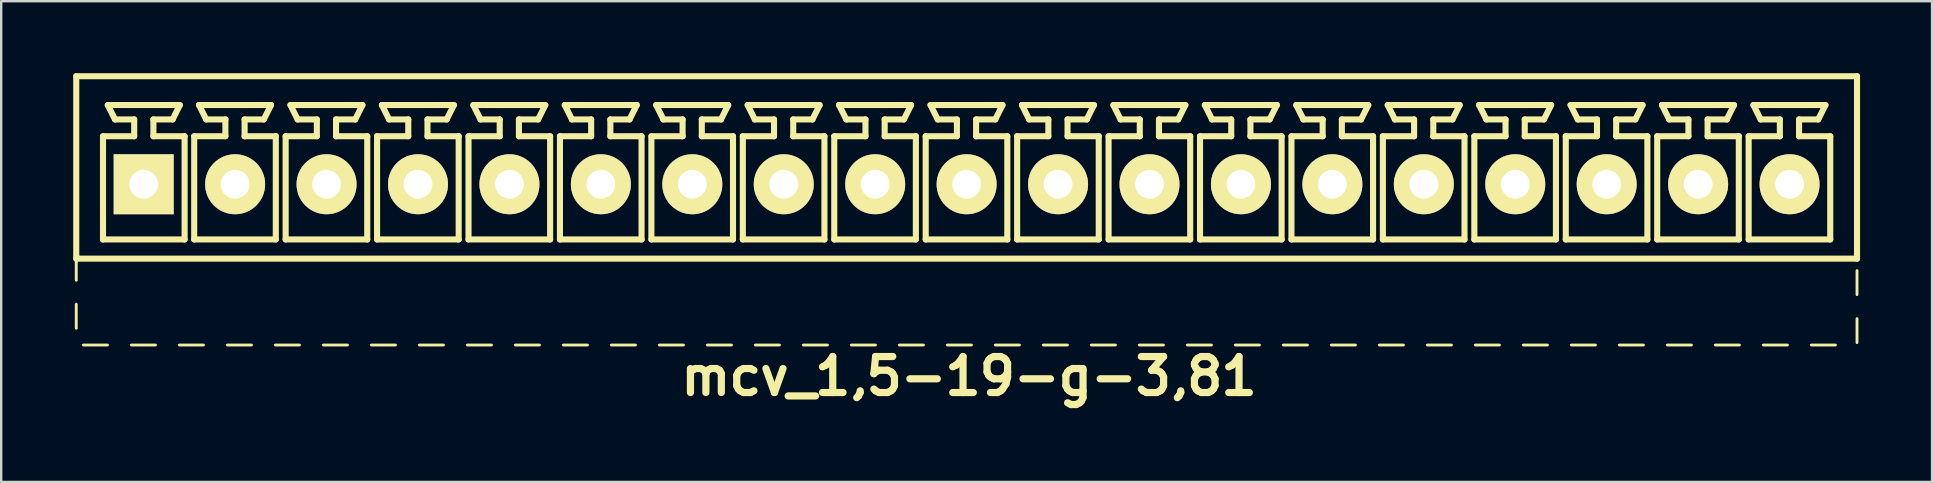
<source format=kicad_pcb>
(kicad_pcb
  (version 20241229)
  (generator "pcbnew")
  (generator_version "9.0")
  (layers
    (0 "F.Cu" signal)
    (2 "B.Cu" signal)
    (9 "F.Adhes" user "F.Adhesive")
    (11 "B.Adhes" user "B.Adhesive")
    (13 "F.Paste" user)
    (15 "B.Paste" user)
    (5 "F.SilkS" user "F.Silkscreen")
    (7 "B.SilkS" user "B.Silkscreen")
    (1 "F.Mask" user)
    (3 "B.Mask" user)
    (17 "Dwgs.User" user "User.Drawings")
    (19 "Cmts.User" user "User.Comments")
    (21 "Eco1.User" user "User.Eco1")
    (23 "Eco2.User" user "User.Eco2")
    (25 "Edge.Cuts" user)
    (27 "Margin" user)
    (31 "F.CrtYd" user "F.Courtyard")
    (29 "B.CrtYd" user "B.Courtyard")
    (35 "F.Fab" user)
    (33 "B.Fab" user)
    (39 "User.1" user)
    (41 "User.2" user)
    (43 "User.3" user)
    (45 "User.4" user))
  (footprint "mcv_1,5-19-g-3,81"
    (layer "F.Cu")
    (at 37.227 4.627)
    (property "Reference" "mcv_1,5-19-g-3,81" (at 0.1 8 0) (layer "F.SilkS") (effects (font (size 1.5 1.5) (thickness 0.3))))
    (attr through_hole)
    (fp_line (start -37.1 -4.5) (end -37.1 3.1) (stroke (width 0.254) (type solid)) (layer "F.SilkS"))
    (fp_line (start -37.1 -4.5) (end 37.1 -4.5) (stroke (width 0.254) (type solid)) (layer "F.SilkS"))
    (fp_line (start -37.1 3.1) (end -37.1 4) (stroke (width 0.12) (type solid)) (layer "F.SilkS"))
    (fp_line (start -37.1 3.1) (end 37.1 3.1) (stroke (width 0.254) (type solid)) (layer "F.SilkS"))
    (fp_line (start -37.1 5) (end -37.1 6) (stroke (width 0.12) (type solid)) (layer "F.SilkS"))
    (fp_line (start -36.8 6.7) (end -35.8 6.7) (stroke (width 0.12) (type solid)) (layer "F.SilkS"))
    (fp_line (start -35.985 -2) (end -34.685 -2) (stroke (width 0.254) (type solid)) (layer "F.SilkS"))
    (fp_line (start -35.985 2.3) (end -35.985 -2) (stroke (width 0.254) (type solid)) (layer "F.SilkS"))
    (fp_line (start -35.785 -3.3) (end -32.785 -3.3) (stroke (width 0.254) (type solid)) (layer "F.SilkS"))
    (fp_line (start -35.485 -2.7) (end -35.785 -3.3) (stroke (width 0.254) (type solid)) (layer "F.SilkS"))
    (fp_line (start -34.8 6.7) (end -33.8 6.7) (stroke (width 0.12) (type solid)) (layer "F.SilkS"))
    (fp_line (start -34.685 -2.7) (end -35.485 -2.7) (stroke (width 0.254) (type solid)) (layer "F.SilkS"))
    (fp_line (start -34.685 -2) (end -34.685 -2.7) (stroke (width 0.254) (type solid)) (layer "F.SilkS"))
    (fp_line (start -33.885 -2.7) (end -33.885 -2) (stroke (width 0.254) (type solid)) (layer "F.SilkS"))
    (fp_line (start -33.885 -2) (end -32.585 -2) (stroke (width 0.254) (type solid)) (layer "F.SilkS"))
    (fp_line (start -33.085 -2.7) (end -33.885 -2.7) (stroke (width 0.254) (type solid)) (layer "F.SilkS"))
    (fp_line (start -33.085 -2.7) (end -32.785 -3.3) (stroke (width 0.254) (type solid)) (layer "F.SilkS"))
    (fp_line (start -32.8 6.7) (end -31.8 6.7) (stroke (width 0.12) (type solid)) (layer "F.SilkS"))
    (fp_line (start -32.585 -2) (end -32.585 2.3) (stroke (width 0.254) (type solid)) (layer "F.SilkS"))
    (fp_line (start -32.585 2.3) (end -35.985 2.3) (stroke (width 0.254) (type solid)) (layer "F.SilkS"))
    (fp_line (start -32.185 -2) (end -30.885 -2) (stroke (width 0.254) (type solid)) (layer "F.SilkS"))
    (fp_line (start -32.185 2.3) (end -32.185 -2) (stroke (width 0.254) (type solid)) (layer "F.SilkS"))
    (fp_line (start -31.985 -3.3) (end -28.985 -3.3) (stroke (width 0.254) (type solid)) (layer "F.SilkS"))
    (fp_line (start -31.685 -2.7) (end -31.985 -3.3) (stroke (width 0.254) (type solid)) (layer "F.SilkS"))
    (fp_line (start -30.885 -2.7) (end -31.685 -2.7) (stroke (width 0.254) (type solid)) (layer "F.SilkS"))
    (fp_line (start -30.885 -2) (end -30.885 -2.7) (stroke (width 0.254) (type solid)) (layer "F.SilkS"))
    (fp_line (start -30.8 6.7) (end -29.8 6.7) (stroke (width 0.12) (type solid)) (layer "F.SilkS"))
    (fp_line (start -30.085 -2.7) (end -30.085 -2) (stroke (width 0.254) (type solid)) (layer "F.SilkS"))
    (fp_line (start -30.085 -2) (end -28.785 -2) (stroke (width 0.254) (type solid)) (layer "F.SilkS"))
    (fp_line (start -29.285 -2.7) (end -30.085 -2.7) (stroke (width 0.254) (type solid)) (layer "F.SilkS"))
    (fp_line (start -29.285 -2.7) (end -28.985 -3.3) (stroke (width 0.254) (type solid)) (layer "F.SilkS"))
    (fp_line (start -28.8 6.7) (end -27.8 6.7) (stroke (width 0.12) (type solid)) (layer "F.SilkS"))
    (fp_line (start -28.785 -2) (end -28.785 2.3) (stroke (width 0.254) (type solid)) (layer "F.SilkS"))
    (fp_line (start -28.785 2.3) (end -32.185 2.3) (stroke (width 0.254) (type solid)) (layer "F.SilkS"))
    (fp_line (start -28.375 -2) (end -27.075 -2) (stroke (width 0.254) (type solid)) (layer "F.SilkS"))
    (fp_line (start -28.375 2.3) (end -28.375 -2) (stroke (width 0.254) (type solid)) (layer "F.SilkS"))
    (fp_line (start -28.175 -3.3) (end -25.175 -3.3) (stroke (width 0.254) (type solid)) (layer "F.SilkS"))
    (fp_line (start -27.875 -2.7) (end -28.175 -3.3) (stroke (width 0.254) (type solid)) (layer "F.SilkS"))
    (fp_line (start -27.075 -2.7) (end -27.875 -2.7) (stroke (width 0.254) (type solid)) (layer "F.SilkS"))
    (fp_line (start -27.075 -2) (end -27.075 -2.7) (stroke (width 0.254) (type solid)) (layer "F.SilkS"))
    (fp_line (start -26.8 6.7) (end -25.8 6.7) (stroke (width 0.12) (type solid)) (layer "F.SilkS"))
    (fp_line (start -26.275 -2.7) (end -26.275 -2) (stroke (width 0.254) (type solid)) (layer "F.SilkS"))
    (fp_line (start -26.275 -2) (end -24.975 -2) (stroke (width 0.254) (type solid)) (layer "F.SilkS"))
    (fp_line (start -25.475 -2.7) (end -26.275 -2.7) (stroke (width 0.254) (type solid)) (layer "F.SilkS"))
    (fp_line (start -25.475 -2.7) (end -25.175 -3.3) (stroke (width 0.254) (type solid)) (layer "F.SilkS"))
    (fp_line (start -24.975 -2) (end -24.975 2.3) (stroke (width 0.254) (type solid)) (layer "F.SilkS"))
    (fp_line (start -24.975 2.3) (end -28.375 2.3) (stroke (width 0.254) (type solid)) (layer "F.SilkS"))
    (fp_line (start -24.8 6.7) (end -23.8 6.7) (stroke (width 0.12) (type solid)) (layer "F.SilkS"))
    (fp_line (start -24.565 -2) (end -23.265 -2) (stroke (width 0.254) (type solid)) (layer "F.SilkS"))
    (fp_line (start -24.565 2.3) (end -24.565 -2) (stroke (width 0.254) (type solid)) (layer "F.SilkS"))
    (fp_line (start -24.365 -3.3) (end -21.365 -3.3) (stroke (width 0.254) (type solid)) (layer "F.SilkS"))
    (fp_line (start -24.065 -2.7) (end -24.365 -3.3) (stroke (width 0.254) (type solid)) (layer "F.SilkS"))
    (fp_line (start -23.265 -2.7) (end -24.065 -2.7) (stroke (width 0.254) (type solid)) (layer "F.SilkS"))
    (fp_line (start -23.265 -2) (end -23.265 -2.7) (stroke (width 0.254) (type solid)) (layer "F.SilkS"))
    (fp_line (start -22.8 6.7) (end -21.8 6.7) (stroke (width 0.12) (type solid)) (layer "F.SilkS"))
    (fp_line (start -22.465 -2.7) (end -22.465 -2) (stroke (width 0.254) (type solid)) (layer "F.SilkS"))
    (fp_line (start -22.465 -2) (end -21.165 -2) (stroke (width 0.254) (type solid)) (layer "F.SilkS"))
    (fp_line (start -21.665 -2.7) (end -22.465 -2.7) (stroke (width 0.254) (type solid)) (layer "F.SilkS"))
    (fp_line (start -21.665 -2.7) (end -21.365 -3.3) (stroke (width 0.254) (type solid)) (layer "F.SilkS"))
    (fp_line (start -21.165 -2) (end -21.165 2.3) (stroke (width 0.254) (type solid)) (layer "F.SilkS"))
    (fp_line (start -21.165 2.3) (end -24.565 2.3) (stroke (width 0.254) (type solid)) (layer "F.SilkS"))
    (fp_line (start -20.8 6.7) (end -19.8 6.7) (stroke (width 0.12) (type solid)) (layer "F.SilkS"))
    (fp_line (start -20.755 -2) (end -19.455 -2) (stroke (width 0.254) (type solid)) (layer "F.SilkS"))
    (fp_line (start -20.755 2.3) (end -20.755 -2) (stroke (width 0.254) (type solid)) (layer "F.SilkS"))
    (fp_line (start -20.555 -3.3) (end -17.555 -3.3) (stroke (width 0.254) (type solid)) (layer "F.SilkS"))
    (fp_line (start -20.255 -2.7) (end -20.555 -3.3) (stroke (width 0.254) (type solid)) (layer "F.SilkS"))
    (fp_line (start -19.455 -2.7) (end -20.255 -2.7) (stroke (width 0.254) (type solid)) (layer "F.SilkS"))
    (fp_line (start -19.455 -2) (end -19.455 -2.7) (stroke (width 0.254) (type solid)) (layer "F.SilkS"))
    (fp_line (start -18.8 6.7) (end -17.8 6.7) (stroke (width 0.12) (type solid)) (layer "F.SilkS"))
    (fp_line (start -18.655 -2.7) (end -18.655 -2) (stroke (width 0.254) (type solid)) (layer "F.SilkS"))
    (fp_line (start -18.655 -2) (end -17.355 -2) (stroke (width 0.254) (type solid)) (layer "F.SilkS"))
    (fp_line (start -17.855 -2.7) (end -18.655 -2.7) (stroke (width 0.254) (type solid)) (layer "F.SilkS"))
    (fp_line (start -17.855 -2.7) (end -17.555 -3.3) (stroke (width 0.254) (type solid)) (layer "F.SilkS"))
    (fp_line (start -17.355 -2) (end -17.355 2.3) (stroke (width 0.254) (type solid)) (layer "F.SilkS"))
    (fp_line (start -17.355 2.3) (end -20.755 2.3) (stroke (width 0.254) (type solid)) (layer "F.SilkS"))
    (fp_line (start -16.945 -2) (end -15.645 -2) (stroke (width 0.254) (type solid)) (layer "F.SilkS"))
    (fp_line (start -16.945 2.3) (end -16.945 -2) (stroke (width 0.254) (type solid)) (layer "F.SilkS"))
    (fp_line (start -16.8 6.7) (end -15.8 6.7) (stroke (width 0.12) (type solid)) (layer "F.SilkS"))
    (fp_line (start -16.745 -3.3) (end -13.745 -3.3) (stroke (width 0.254) (type solid)) (layer "F.SilkS"))
    (fp_line (start -16.445 -2.7) (end -16.745 -3.3) (stroke (width 0.254) (type solid)) (layer "F.SilkS"))
    (fp_line (start -15.645 -2.7) (end -16.445 -2.7) (stroke (width 0.254) (type solid)) (layer "F.SilkS"))
    (fp_line (start -15.645 -2) (end -15.645 -2.7) (stroke (width 0.254) (type solid)) (layer "F.SilkS"))
    (fp_line (start -14.845 -2.7) (end -14.845 -2) (stroke (width 0.254) (type solid)) (layer "F.SilkS"))
    (fp_line (start -14.845 -2) (end -13.545 -2) (stroke (width 0.254) (type solid)) (layer "F.SilkS"))
    (fp_line (start -14.8 6.7) (end -13.8 6.7) (stroke (width 0.12) (type solid)) (layer "F.SilkS"))
    (fp_line (start -14.045 -2.7) (end -14.845 -2.7) (stroke (width 0.254) (type solid)) (layer "F.SilkS"))
    (fp_line (start -14.045 -2.7) (end -13.745 -3.3) (stroke (width 0.254) (type solid)) (layer "F.SilkS"))
    (fp_line (start -13.545 -2) (end -13.545 2.3) (stroke (width 0.254) (type solid)) (layer "F.SilkS"))
    (fp_line (start -13.545 2.3) (end -16.945 2.3) (stroke (width 0.254) (type solid)) (layer "F.SilkS"))
    (fp_line (start -13.135 -2) (end -11.835 -2) (stroke (width 0.254) (type solid)) (layer "F.SilkS"))
    (fp_line (start -13.135 2.3) (end -13.135 -2) (stroke (width 0.254) (type solid)) (layer "F.SilkS"))
    (fp_line (start -12.935 -3.3) (end -9.935 -3.3) (stroke (width 0.254) (type solid)) (layer "F.SilkS"))
    (fp_line (start -12.8 6.7) (end -11.8 6.7) (stroke (width 0.12) (type solid)) (layer "F.SilkS"))
    (fp_line (start -12.635 -2.7) (end -12.935 -3.3) (stroke (width 0.254) (type solid)) (layer "F.SilkS"))
    (fp_line (start -11.835 -2.7) (end -12.635 -2.7) (stroke (width 0.254) (type solid)) (layer "F.SilkS"))
    (fp_line (start -11.835 -2) (end -11.835 -2.7) (stroke (width 0.254) (type solid)) (layer "F.SilkS"))
    (fp_line (start -11.035 -2.7) (end -11.035 -2) (stroke (width 0.254) (type solid)) (layer "F.SilkS"))
    (fp_line (start -11.035 -2) (end -9.735 -2) (stroke (width 0.254) (type solid)) (layer "F.SilkS"))
    (fp_line (start -10.8 6.7) (end -9.8 6.7) (stroke (width 0.12) (type solid)) (layer "F.SilkS"))
    (fp_line (start -10.235 -2.7) (end -11.035 -2.7) (stroke (width 0.254) (type solid)) (layer "F.SilkS"))
    (fp_line (start -10.235 -2.7) (end -9.935 -3.3) (stroke (width 0.254) (type solid)) (layer "F.SilkS"))
    (fp_line (start -9.735 -2) (end -9.735 2.3) (stroke (width 0.254) (type solid)) (layer "F.SilkS"))
    (fp_line (start -9.735 2.3) (end -13.135 2.3) (stroke (width 0.254) (type solid)) (layer "F.SilkS"))
    (fp_line (start -9.325 -2) (end -8.025 -2) (stroke (width 0.254) (type solid)) (layer "F.SilkS"))
    (fp_line (start -9.325 2.3) (end -9.325 -2) (stroke (width 0.254) (type solid)) (layer "F.SilkS"))
    (fp_line (start -9.125 -3.3) (end -6.125 -3.3) (stroke (width 0.254) (type solid)) (layer "F.SilkS"))
    (fp_line (start -8.825 -2.7) (end -9.125 -3.3) (stroke (width 0.254) (type solid)) (layer "F.SilkS"))
    (fp_line (start -8.8 6.7) (end -7.8 6.7) (stroke (width 0.12) (type solid)) (layer "F.SilkS"))
    (fp_line (start -8.025 -2.7) (end -8.825 -2.7) (stroke (width 0.254) (type solid)) (layer "F.SilkS"))
    (fp_line (start -8.025 -2) (end -8.025 -2.7) (stroke (width 0.254) (type solid)) (layer "F.SilkS"))
    (fp_line (start -7.225 -2.7) (end -7.225 -2) (stroke (width 0.254) (type solid)) (layer "F.SilkS"))
    (fp_line (start -7.225 -2) (end -5.925 -2) (stroke (width 0.254) (type solid)) (layer "F.SilkS"))
    (fp_line (start -6.8 6.7) (end -5.8 6.7) (stroke (width 0.12) (type solid)) (layer "F.SilkS"))
    (fp_line (start -6.425 -2.7) (end -7.225 -2.7) (stroke (width 0.254) (type solid)) (layer "F.SilkS"))
    (fp_line (start -6.425 -2.7) (end -6.125 -3.3) (stroke (width 0.254) (type solid)) (layer "F.SilkS"))
    (fp_line (start -5.925 -2) (end -5.925 2.3) (stroke (width 0.254) (type solid)) (layer "F.SilkS"))
    (fp_line (start -5.925 2.3) (end -9.325 2.3) (stroke (width 0.254) (type solid)) (layer "F.SilkS"))
    (fp_line (start -5.515 -2) (end -4.215 -2) (stroke (width 0.254) (type solid)) (layer "F.SilkS"))
    (fp_line (start -5.515 2.3) (end -5.515 -2) (stroke (width 0.254) (type solid)) (layer "F.SilkS"))
    (fp_line (start -5.315 -3.3) (end -2.315 -3.3) (stroke (width 0.254) (type solid)) (layer "F.SilkS"))
    (fp_line (start -5.015 -2.7) (end -5.315 -3.3) (stroke (width 0.254) (type solid)) (layer "F.SilkS"))
    (fp_line (start -4.8 6.7) (end -3.8 6.7) (stroke (width 0.12) (type solid)) (layer "F.SilkS"))
    (fp_line (start -4.215 -2.7) (end -5.015 -2.7) (stroke (width 0.254) (type solid)) (layer "F.SilkS"))
    (fp_line (start -4.215 -2) (end -4.215 -2.7) (stroke (width 0.254) (type solid)) (layer "F.SilkS"))
    (fp_line (start -3.415 -2.7) (end -3.415 -2) (stroke (width 0.254) (type solid)) (layer "F.SilkS"))
    (fp_line (start -3.415 -2) (end -2.115 -2) (stroke (width 0.254) (type solid)) (layer "F.SilkS"))
    (fp_line (start -2.8 6.7) (end -1.8 6.7) (stroke (width 0.12) (type solid)) (layer "F.SilkS"))
    (fp_line (start -2.615 -2.7) (end -3.415 -2.7) (stroke (width 0.254) (type solid)) (layer "F.SilkS"))
    (fp_line (start -2.615 -2.7) (end -2.315 -3.3) (stroke (width 0.254) (type solid)) (layer "F.SilkS"))
    (fp_line (start -2.115 -2) (end -2.115 2.3) (stroke (width 0.254) (type solid)) (layer "F.SilkS"))
    (fp_line (start -2.115 2.3) (end -5.515 2.3) (stroke (width 0.254) (type solid)) (layer "F.SilkS"))
    (fp_line (start -1.705 -2) (end -0.405 -2) (stroke (width 0.254) (type solid)) (layer "F.SilkS"))
    (fp_line (start -1.705 2.3) (end -1.705 -2) (stroke (width 0.254) (type solid)) (layer "F.SilkS"))
    (fp_line (start -1.505 -3.3) (end 1.495 -3.3) (stroke (width 0.254) (type solid)) (layer "F.SilkS"))
    (fp_line (start -1.205 -2.7) (end -1.505 -3.3) (stroke (width 0.254) (type solid)) (layer "F.SilkS"))
    (fp_line (start -0.8 6.7) (end 0.2 6.7) (stroke (width 0.12) (type solid)) (layer "F.SilkS"))
    (fp_line (start -0.405 -2.7) (end -1.205 -2.7) (stroke (width 0.254) (type solid)) (layer "F.SilkS"))
    (fp_line (start -0.405 -2) (end -0.405 -2.7) (stroke (width 0.254) (type solid)) (layer "F.SilkS"))
    (fp_line (start 0.395 -2.7) (end 0.395 -2) (stroke (width 0.254) (type solid)) (layer "F.SilkS"))
    (fp_line (start 0.395 -2) (end 1.695 -2) (stroke (width 0.254) (type solid)) (layer "F.SilkS"))
    (fp_line (start 1.195 -2.7) (end 0.395 -2.7) (stroke (width 0.254) (type solid)) (layer "F.SilkS"))
    (fp_line (start 1.195 -2.7) (end 1.495 -3.3) (stroke (width 0.254) (type solid)) (layer "F.SilkS"))
    (fp_line (start 1.2 6.7) (end 2.2 6.7) (stroke (width 0.12) (type solid)) (layer "F.SilkS"))
    (fp_line (start 1.695 -2) (end 1.695 2.3) (stroke (width 0.254) (type solid)) (layer "F.SilkS"))
    (fp_line (start 1.695 2.3) (end -1.705 2.3) (stroke (width 0.254) (type solid)) (layer "F.SilkS"))
    (fp_line (start 2.105 -2) (end 3.405 -2) (stroke (width 0.254) (type solid)) (layer "F.SilkS"))
    (fp_line (start 2.105 2.3) (end 2.105 -2) (stroke (width 0.254) (type solid)) (layer "F.SilkS"))
    (fp_line (start 2.305 -3.3) (end 5.305 -3.3) (stroke (width 0.254) (type solid)) (layer "F.SilkS"))
    (fp_line (start 2.605 -2.7) (end 2.305 -3.3) (stroke (width 0.254) (type solid)) (layer "F.SilkS"))
    (fp_line (start 3.2 6.7) (end 4.2 6.7) (stroke (width 0.12) (type solid)) (layer "F.SilkS"))
    (fp_line (start 3.405 -2.7) (end 2.605 -2.7) (stroke (width 0.254) (type solid)) (layer "F.SilkS"))
    (fp_line (start 3.405 -2) (end 3.405 -2.7) (stroke (width 0.254) (type solid)) (layer "F.SilkS"))
    (fp_line (start 4.205 -2.7) (end 4.205 -2) (stroke (width 0.254) (type solid)) (layer "F.SilkS"))
    (fp_line (start 4.205 -2) (end 5.505 -2) (stroke (width 0.254) (type solid)) (layer "F.SilkS"))
    (fp_line (start 5.005 -2.7) (end 4.205 -2.7) (stroke (width 0.254) (type solid)) (layer "F.SilkS"))
    (fp_line (start 5.005 -2.7) (end 5.305 -3.3) (stroke (width 0.254) (type solid)) (layer "F.SilkS"))
    (fp_line (start 5.2 6.7) (end 6.2 6.7) (stroke (width 0.12) (type solid)) (layer "F.SilkS"))
    (fp_line (start 5.505 -2) (end 5.505 2.3) (stroke (width 0.254) (type solid)) (layer "F.SilkS"))
    (fp_line (start 5.505 2.3) (end 2.105 2.3) (stroke (width 0.254) (type solid)) (layer "F.SilkS"))
    (fp_line (start 5.915 -2) (end 7.215 -2) (stroke (width 0.254) (type solid)) (layer "F.SilkS"))
    (fp_line (start 5.915 2.3) (end 5.915 -2) (stroke (width 0.254) (type solid)) (layer "F.SilkS"))
    (fp_line (start 6.115 -3.3) (end 9.115 -3.3) (stroke (width 0.254) (type solid)) (layer "F.SilkS"))
    (fp_line (start 6.415 -2.7) (end 6.115 -3.3) (stroke (width 0.254) (type solid)) (layer "F.SilkS"))
    (fp_line (start 7.2 6.7) (end 8.2 6.7) (stroke (width 0.12) (type solid)) (layer "F.SilkS"))
    (fp_line (start 7.215 -2.7) (end 6.415 -2.7) (stroke (width 0.254) (type solid)) (layer "F.SilkS"))
    (fp_line (start 7.215 -2) (end 7.215 -2.7) (stroke (width 0.254) (type solid)) (layer "F.SilkS"))
    (fp_line (start 8.015 -2.7) (end 8.015 -2) (stroke (width 0.254) (type solid)) (layer "F.SilkS"))
    (fp_line (start 8.015 -2) (end 9.315 -2) (stroke (width 0.254) (type solid)) (layer "F.SilkS"))
    (fp_line (start 8.815 -2.7) (end 8.015 -2.7) (stroke (width 0.254) (type solid)) (layer "F.SilkS"))
    (fp_line (start 8.815 -2.7) (end 9.115 -3.3) (stroke (width 0.254) (type solid)) (layer "F.SilkS"))
    (fp_line (start 9.2 6.7) (end 10.2 6.7) (stroke (width 0.12) (type solid)) (layer "F.SilkS"))
    (fp_line (start 9.315 -2) (end 9.315 2.3) (stroke (width 0.254) (type solid)) (layer "F.SilkS"))
    (fp_line (start 9.315 2.3) (end 5.915 2.3) (stroke (width 0.254) (type solid)) (layer "F.SilkS"))
    (fp_line (start 9.725 -2) (end 11.025 -2) (stroke (width 0.254) (type solid)) (layer "F.SilkS"))
    (fp_line (start 9.725 2.3) (end 9.725 -2) (stroke (width 0.254) (type solid)) (layer "F.SilkS"))
    (fp_line (start 9.925 -3.3) (end 12.925 -3.3) (stroke (width 0.254) (type solid)) (layer "F.SilkS"))
    (fp_line (start 10.225 -2.7) (end 9.925 -3.3) (stroke (width 0.254) (type solid)) (layer "F.SilkS"))
    (fp_line (start 11.025 -2.7) (end 10.225 -2.7) (stroke (width 0.254) (type solid)) (layer "F.SilkS"))
    (fp_line (start 11.025 -2) (end 11.025 -2.7) (stroke (width 0.254) (type solid)) (layer "F.SilkS"))
    (fp_line (start 11.2 6.7) (end 12.2 6.7) (stroke (width 0.12) (type solid)) (layer "F.SilkS"))
    (fp_line (start 11.825 -2.7) (end 11.825 -2) (stroke (width 0.254) (type solid)) (layer "F.SilkS"))
    (fp_line (start 11.825 -2) (end 13.125 -2) (stroke (width 0.254) (type solid)) (layer "F.SilkS"))
    (fp_line (start 12.625 -2.7) (end 11.825 -2.7) (stroke (width 0.254) (type solid)) (layer "F.SilkS"))
    (fp_line (start 12.625 -2.7) (end 12.925 -3.3) (stroke (width 0.254) (type solid)) (layer "F.SilkS"))
    (fp_line (start 13.125 -2) (end 13.125 2.3) (stroke (width 0.254) (type solid)) (layer "F.SilkS"))
    (fp_line (start 13.125 2.3) (end 9.725 2.3) (stroke (width 0.254) (type solid)) (layer "F.SilkS"))
    (fp_line (start 13.2 6.7) (end 14.2 6.7) (stroke (width 0.12) (type solid)) (layer "F.SilkS"))
    (fp_line (start 13.535 -2) (end 14.835 -2) (stroke (width 0.254) (type solid)) (layer "F.SilkS"))
    (fp_line (start 13.535 2.3) (end 13.535 -2) (stroke (width 0.254) (type solid)) (layer "F.SilkS"))
    (fp_line (start 13.735 -3.3) (end 16.735 -3.3) (stroke (width 0.254) (type solid)) (layer "F.SilkS"))
    (fp_line (start 14.035 -2.7) (end 13.735 -3.3) (stroke (width 0.254) (type solid)) (layer "F.SilkS"))
    (fp_line (start 14.835 -2.7) (end 14.035 -2.7) (stroke (width 0.254) (type solid)) (layer "F.SilkS"))
    (fp_line (start 14.835 -2) (end 14.835 -2.7) (stroke (width 0.254) (type solid)) (layer "F.SilkS"))
    (fp_line (start 15.2 6.7) (end 16.2 6.7) (stroke (width 0.12) (type solid)) (layer "F.SilkS"))
    (fp_line (start 15.635 -2.7) (end 15.635 -2) (stroke (width 0.254) (type solid)) (layer "F.SilkS"))
    (fp_line (start 15.635 -2) (end 16.935 -2) (stroke (width 0.254) (type solid)) (layer "F.SilkS"))
    (fp_line (start 16.435 -2.7) (end 15.635 -2.7) (stroke (width 0.254) (type solid)) (layer "F.SilkS"))
    (fp_line (start 16.435 -2.7) (end 16.735 -3.3) (stroke (width 0.254) (type solid)) (layer "F.SilkS"))
    (fp_line (start 16.935 -2) (end 16.935 2.3) (stroke (width 0.254) (type solid)) (layer "F.SilkS"))
    (fp_line (start 16.935 2.3) (end 13.535 2.3) (stroke (width 0.254) (type solid)) (layer "F.SilkS"))
    (fp_line (start 17.2 6.7) (end 18.2 6.7) (stroke (width 0.12) (type solid)) (layer "F.SilkS"))
    (fp_line (start 17.345 -2) (end 18.645 -2) (stroke (width 0.254) (type solid)) (layer "F.SilkS"))
    (fp_line (start 17.345 2.3) (end 17.345 -2) (stroke (width 0.254) (type solid)) (layer "F.SilkS"))
    (fp_line (start 17.545 -3.3) (end 20.545 -3.3) (stroke (width 0.254) (type solid)) (layer "F.SilkS"))
    (fp_line (start 17.845 -2.7) (end 17.545 -3.3) (stroke (width 0.254) (type solid)) (layer "F.SilkS"))
    (fp_line (start 18.645 -2.7) (end 17.845 -2.7) (stroke (width 0.254) (type solid)) (layer "F.SilkS"))
    (fp_line (start 18.645 -2) (end 18.645 -2.7) (stroke (width 0.254) (type solid)) (layer "F.SilkS"))
    (fp_line (start 19.2 6.7) (end 20.2 6.7) (stroke (width 0.12) (type solid)) (layer "F.SilkS"))
    (fp_line (start 19.445 -2.7) (end 19.445 -2) (stroke (width 0.254) (type solid)) (layer "F.SilkS"))
    (fp_line (start 19.445 -2) (end 20.745 -2) (stroke (width 0.254) (type solid)) (layer "F.SilkS"))
    (fp_line (start 20.245 -2.7) (end 19.445 -2.7) (stroke (width 0.254) (type solid)) (layer "F.SilkS"))
    (fp_line (start 20.245 -2.7) (end 20.545 -3.3) (stroke (width 0.254) (type solid)) (layer "F.SilkS"))
    (fp_line (start 20.745 -2) (end 20.745 2.3) (stroke (width 0.254) (type solid)) (layer "F.SilkS"))
    (fp_line (start 20.745 2.3) (end 17.345 2.3) (stroke (width 0.254) (type solid)) (layer "F.SilkS"))
    (fp_line (start 21.155 -2) (end 22.455 -2) (stroke (width 0.254) (type solid)) (layer "F.SilkS"))
    (fp_line (start 21.155 2.3) (end 21.155 -2) (stroke (width 0.254) (type solid)) (layer "F.SilkS"))
    (fp_line (start 21.2 6.7) (end 22.2 6.7) (stroke (width 0.12) (type solid)) (layer "F.SilkS"))
    (fp_line (start 21.355 -3.3) (end 24.355 -3.3) (stroke (width 0.254) (type solid)) (layer "F.SilkS"))
    (fp_line (start 21.655 -2.7) (end 21.355 -3.3) (stroke (width 0.254) (type solid)) (layer "F.SilkS"))
    (fp_line (start 22.455 -2.7) (end 21.655 -2.7) (stroke (width 0.254) (type solid)) (layer "F.SilkS"))
    (fp_line (start 22.455 -2) (end 22.455 -2.7) (stroke (width 0.254) (type solid)) (layer "F.SilkS"))
    (fp_line (start 23.2 6.7) (end 24.2 6.7) (stroke (width 0.12) (type solid)) (layer "F.SilkS"))
    (fp_line (start 23.255 -2.7) (end 23.255 -2) (stroke (width 0.254) (type solid)) (layer "F.SilkS"))
    (fp_line (start 23.255 -2) (end 24.555 -2) (stroke (width 0.254) (type solid)) (layer "F.SilkS"))
    (fp_line (start 24.055 -2.7) (end 23.255 -2.7) (stroke (width 0.254) (type solid)) (layer "F.SilkS"))
    (fp_line (start 24.055 -2.7) (end 24.355 -3.3) (stroke (width 0.254) (type solid)) (layer "F.SilkS"))
    (fp_line (start 24.555 -2) (end 24.555 2.3) (stroke (width 0.254) (type solid)) (layer "F.SilkS"))
    (fp_line (start 24.555 2.3) (end 21.155 2.3) (stroke (width 0.254) (type solid)) (layer "F.SilkS"))
    (fp_line (start 24.965 -2) (end 26.265 -2) (stroke (width 0.254) (type solid)) (layer "F.SilkS"))
    (fp_line (start 24.965 2.3) (end 24.965 -2) (stroke (width 0.254) (type solid)) (layer "F.SilkS"))
    (fp_line (start 25.165 -3.3) (end 28.165 -3.3) (stroke (width 0.254) (type solid)) (layer "F.SilkS"))
    (fp_line (start 25.2 6.7) (end 26.2 6.7) (stroke (width 0.12) (type solid)) (layer "F.SilkS"))
    (fp_line (start 25.465 -2.7) (end 25.165 -3.3) (stroke (width 0.254) (type solid)) (layer "F.SilkS"))
    (fp_line (start 26.265 -2.7) (end 25.465 -2.7) (stroke (width 0.254) (type solid)) (layer "F.SilkS"))
    (fp_line (start 26.265 -2) (end 26.265 -2.7) (stroke (width 0.254) (type solid)) (layer "F.SilkS"))
    (fp_line (start 27.065 -2.7) (end 27.065 -2) (stroke (width 0.254) (type solid)) (layer "F.SilkS"))
    (fp_line (start 27.065 -2) (end 28.365 -2) (stroke (width 0.254) (type solid)) (layer "F.SilkS"))
    (fp_line (start 27.2 6.7) (end 28.2 6.7) (stroke (width 0.12) (type solid)) (layer "F.SilkS"))
    (fp_line (start 27.865 -2.7) (end 27.065 -2.7) (stroke (width 0.254) (type solid)) (layer "F.SilkS"))
    (fp_line (start 27.865 -2.7) (end 28.165 -3.3) (stroke (width 0.254) (type solid)) (layer "F.SilkS"))
    (fp_line (start 28.365 -2) (end 28.365 2.3) (stroke (width 0.254) (type solid)) (layer "F.SilkS"))
    (fp_line (start 28.365 2.3) (end 24.965 2.3) (stroke (width 0.254) (type solid)) (layer "F.SilkS"))
    (fp_line (start 28.775 -2) (end 30.075 -2) (stroke (width 0.254) (type solid)) (layer "F.SilkS"))
    (fp_line (start 28.775 2.3) (end 28.775 -2) (stroke (width 0.254) (type solid)) (layer "F.SilkS"))
    (fp_line (start 28.975 -3.3) (end 31.975 -3.3) (stroke (width 0.254) (type solid)) (layer "F.SilkS"))
    (fp_line (start 29.2 6.7) (end 30.2 6.7) (stroke (width 0.12) (type solid)) (layer "F.SilkS"))
    (fp_line (start 29.275 -2.7) (end 28.975 -3.3) (stroke (width 0.254) (type solid)) (layer "F.SilkS"))
    (fp_line (start 30.075 -2.7) (end 29.275 -2.7) (stroke (width 0.254) (type solid)) (layer "F.SilkS"))
    (fp_line (start 30.075 -2) (end 30.075 -2.7) (stroke (width 0.254) (type solid)) (layer "F.SilkS"))
    (fp_line (start 30.875 -2.7) (end 30.875 -2) (stroke (width 0.254) (type solid)) (layer "F.SilkS"))
    (fp_line (start 30.875 -2) (end 32.175 -2) (stroke (width 0.254) (type solid)) (layer "F.SilkS"))
    (fp_line (start 31.2 6.7) (end 32.2 6.7) (stroke (width 0.12) (type solid)) (layer "F.SilkS"))
    (fp_line (start 31.675 -2.7) (end 30.875 -2.7) (stroke (width 0.254) (type solid)) (layer "F.SilkS"))
    (fp_line (start 31.675 -2.7) (end 31.975 -3.3) (stroke (width 0.254) (type solid)) (layer "F.SilkS"))
    (fp_line (start 32.175 -2) (end 32.175 2.3) (stroke (width 0.254) (type solid)) (layer "F.SilkS"))
    (fp_line (start 32.175 2.3) (end 28.775 2.3) (stroke (width 0.254) (type solid)) (layer "F.SilkS"))
    (fp_line (start 32.585 -2) (end 33.885 -2) (stroke (width 0.254) (type solid)) (layer "F.SilkS"))
    (fp_line (start 32.585 2.3) (end 32.585 -2) (stroke (width 0.254) (type solid)) (layer "F.SilkS"))
    (fp_line (start 32.785 -3.3) (end 35.785 -3.3) (stroke (width 0.254) (type solid)) (layer "F.SilkS"))
    (fp_line (start 33.085 -2.7) (end 32.785 -3.3) (stroke (width 0.254) (type solid)) (layer "F.SilkS"))
    (fp_line (start 33.2 6.7) (end 34.2 6.7) (stroke (width 0.12) (type solid)) (layer "F.SilkS"))
    (fp_line (start 33.885 -2.7) (end 33.085 -2.7) (stroke (width 0.254) (type solid)) (layer "F.SilkS"))
    (fp_line (start 33.885 -2) (end 33.885 -2.7) (stroke (width 0.254) (type solid)) (layer "F.SilkS"))
    (fp_line (start 34.685 -2.7) (end 34.685 -2) (stroke (width 0.254) (type solid)) (layer "F.SilkS"))
    (fp_line (start 34.685 -2) (end 35.985 -2) (stroke (width 0.254) (type solid)) (layer "F.SilkS"))
    (fp_line (start 35.2 6.7) (end 36.2 6.7) (stroke (width 0.12) (type solid)) (layer "F.SilkS"))
    (fp_line (start 35.485 -2.7) (end 34.685 -2.7) (stroke (width 0.254) (type solid)) (layer "F.SilkS"))
    (fp_line (start 35.485 -2.7) (end 35.785 -3.3) (stroke (width 0.254) (type solid)) (layer "F.SilkS"))
    (fp_line (start 35.985 -2) (end 35.985 2.3) (stroke (width 0.254) (type solid)) (layer "F.SilkS"))
    (fp_line (start 35.985 2.3) (end 32.585 2.3) (stroke (width 0.254) (type solid)) (layer "F.SilkS"))
    (fp_line (start 37.1 -4.5) (end 37.1 3.1) (stroke (width 0.254) (type solid)) (layer "F.SilkS"))
    (fp_line (start 37.1 4.6) (end 37.1 3.6) (stroke (width 0.12) (type solid)) (layer "F.SilkS"))
    (fp_line (start 37.1 6.6) (end 37.1 5.6) (stroke (width 0.12) (type solid)) (layer "F.SilkS"))
    (pad "1" thru_hole rect (at -34.29 0) (size 2.5 2.5) (drill 1.2) (layers "*.Cu" "*.Mask" "F.SilkS"))
    (pad "2" thru_hole circle (at -30.48 0) (size 2.5 2.5) (drill 1.2) (layers "*.Cu" "*.Mask" "F.SilkS"))
    (pad "3" thru_hole circle (at -26.67 0) (size 2.5 2.5) (drill 1.2) (layers "*.Cu" "*.Mask" "F.SilkS"))
    (pad "4" thru_hole circle (at -22.86 0) (size 2.5 2.5) (drill 1.2) (layers "*.Cu" "*.Mask" "F.SilkS"))
    (pad "5" thru_hole circle (at -19.05 0) (size 2.5 2.5) (drill 1.2) (layers "*.Cu" "*.Mask" "F.SilkS"))
    (pad "6" thru_hole circle (at -15.24 0) (size 2.5 2.5) (drill 1.2) (layers "*.Cu" "*.Mask" "F.SilkS"))
    (pad "7" thru_hole circle (at -11.43 0) (size 2.5 2.5) (drill 1.2) (layers "*.Cu" "*.Mask" "F.SilkS"))
    (pad "8" thru_hole circle (at -7.62 0) (size 2.5 2.5) (drill 1.2) (layers "*.Cu" "*.Mask" "F.SilkS"))
    (pad "9" thru_hole circle (at -3.81 0) (size 2.5 2.5) (drill 1.2) (layers "*.Cu" "*.Mask" "F.SilkS"))
    (pad "10" thru_hole circle (at 0 0) (size 2.5 2.5) (drill 1.2) (layers "*.Cu" "*.Mask" "F.SilkS"))
    (pad "11" thru_hole circle (at 3.81 0) (size 2.5 2.5) (drill 1.2) (layers "*.Cu" "*.Mask" "F.SilkS"))
    (pad "12" thru_hole circle (at 7.62 0) (size 2.5 2.5) (drill 1.2) (layers "*.Cu" "*.Mask" "F.SilkS"))
    (pad "13" thru_hole circle (at 11.43 0) (size 2.5 2.5) (drill 1.2) (layers "*.Cu" "*.Mask" "F.SilkS"))
    (pad "14" thru_hole circle (at 15.24 0) (size 2.5 2.5) (drill 1.2) (layers "*.Cu" "*.Mask" "F.SilkS"))
    (pad "15" thru_hole circle (at 19.05 0) (size 2.5 2.5) (drill 1.2) (layers "*.Cu" "*.Mask" "F.SilkS"))
    (pad "16" thru_hole circle (at 22.86 0) (size 2.5 2.5) (drill 1.2) (layers "*.Cu" "*.Mask" "F.SilkS"))
    (pad "17" thru_hole circle (at 26.67 0) (size 2.5 2.5) (drill 1.2) (layers "*.Cu" "*.Mask" "F.SilkS"))
    (pad "18" thru_hole circle (at 30.48 0) (size 2.5 2.5) (drill 1.2) (layers "*.Cu" "*.Mask" "F.SilkS"))
    (pad "19" thru_hole circle (at 34.29 0) (size 2.5 2.5) (drill 1.2) (layers "*.Cu" "*.Mask" "F.SilkS")))
  (gr_rect
    (start -3 -3)
    (end 77.454 17.031)
    (stroke (width 0.1) (type default))
    (fill no)
    (layer "Edge.Cuts")))
</source>
